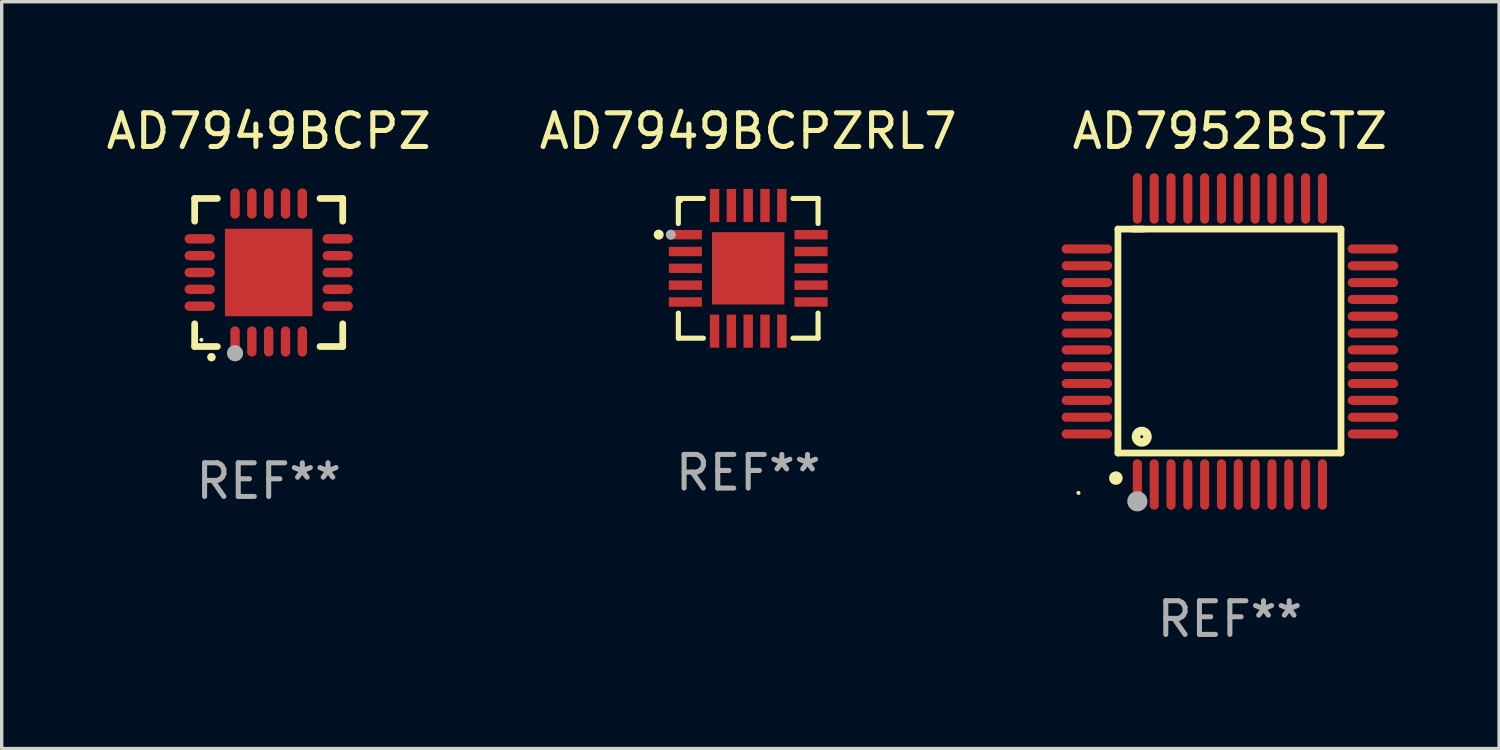
<source format=kicad_pcb>
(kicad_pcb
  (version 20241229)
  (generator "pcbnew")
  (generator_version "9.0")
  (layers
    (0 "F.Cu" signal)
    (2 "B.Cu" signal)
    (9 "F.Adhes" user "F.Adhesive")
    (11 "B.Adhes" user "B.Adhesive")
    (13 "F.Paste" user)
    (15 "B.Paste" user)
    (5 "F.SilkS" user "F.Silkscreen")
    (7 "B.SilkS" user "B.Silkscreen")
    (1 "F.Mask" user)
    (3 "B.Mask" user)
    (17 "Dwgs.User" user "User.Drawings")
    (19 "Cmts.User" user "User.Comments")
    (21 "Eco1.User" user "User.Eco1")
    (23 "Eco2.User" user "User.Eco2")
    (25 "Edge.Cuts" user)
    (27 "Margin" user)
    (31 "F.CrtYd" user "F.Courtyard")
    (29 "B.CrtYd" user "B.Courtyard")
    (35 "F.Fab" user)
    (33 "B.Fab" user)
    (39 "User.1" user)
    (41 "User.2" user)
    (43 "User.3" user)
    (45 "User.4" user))
  (footprint "AD7952BSTZ"
    (layer "F.Cu")
    (at 33.5 7.098)
    (property "Reference" "AD7952BSTZ" (at 0 -6.25 0) (layer "F.SilkS") (effects (font (size 1 1) (thickness 0.15))))
    (attr through_hole)
    (fp_line (start -3.327 -3.34) (end -2.565 -3.34) (stroke (width 0.2) (type solid)) (layer "F.SilkS"))
    (fp_line (start -3.327 3.315) (end -3.327 -3.34) (stroke (width 0.2) (type solid)) (layer "F.SilkS"))
    (fp_line (start -2.896 -3.34) (end 3.302 -3.34) (stroke (width 0.2) (type solid)) (layer "F.SilkS"))
    (fp_line (start 3.302 -3.34) (end 3.302 3.315) (stroke (width 0.2) (type solid)) (layer "F.SilkS"))
    (fp_line (start 3.302 3.315) (end -3.327 3.315) (stroke (width 0.2) (type solid)) (layer "F.SilkS"))
    (fp_arc (start -3.389992 4.059995) (mid -3.388722 4.059991) (end -3.387452 4.059995) (stroke (width 0.4) (type solid)) (layer "F.SilkS"))
    (fp_circle (center -4.5 4.5) (end -4.47 4.5) (stroke (width 0.06) (type solid)) (fill no) (layer "F.SilkS"))
    (fp_circle (center -2.62 2.83) (end -2.45 2.83) (stroke (width 0.254) (type solid)) (fill no) (layer "F.SilkS"))
    (fp_circle (center -2.75 4.75) (end -2.6 4.75) (stroke (width 0.3) (type solid)) (fill no) (layer "F.Fab"))
    (fp_text user "REF**" (at 0 8.25 0) (layer "F.Fab") (effects (font (size 1 1) (thickness 0.15))))
    (pad "1" smd oval (at -2.75 4.25) (size 0.27 1.5) (layers "F.Cu" "F.Mask" "F.Paste"))
    (pad "2" smd oval (at -2.25 4.25) (size 0.27 1.5) (layers "F.Cu" "F.Mask" "F.Paste"))
    (pad "3" smd oval (at -1.75 4.25) (size 0.27 1.5) (layers "F.Cu" "F.Mask" "F.Paste"))
    (pad "4" smd oval (at -1.25 4.25) (size 0.27 1.5) (layers "F.Cu" "F.Mask" "F.Paste"))
    (pad "5" smd oval (at -0.75 4.25) (size 0.27 1.5) (layers "F.Cu" "F.Mask" "F.Paste"))
    (pad "6" smd oval (at -0.25 4.25) (size 0.27 1.5) (layers "F.Cu" "F.Mask" "F.Paste"))
    (pad "7" smd oval (at 0.25 4.25) (size 0.27 1.5) (layers "F.Cu" "F.Mask" "F.Paste"))
    (pad "8" smd oval (at 0.75 4.25) (size 0.27 1.5) (layers "F.Cu" "F.Mask" "F.Paste"))
    (pad "9" smd oval (at 1.25 4.25) (size 0.27 1.5) (layers "F.Cu" "F.Mask" "F.Paste"))
    (pad "10" smd oval (at 1.75 4.25) (size 0.27 1.5) (layers "F.Cu" "F.Mask" "F.Paste"))
    (pad "11" smd oval (at 2.25 4.25) (size 0.27 1.5) (layers "F.Cu" "F.Mask" "F.Paste"))
    (pad "12" smd oval (at 2.75 4.25) (size 0.27 1.5) (layers "F.Cu" "F.Mask" "F.Paste"))
    (pad "13" smd oval (at 4.25 2.75) (size 1.5 0.27) (layers "F.Cu" "F.Mask" "F.Paste"))
    (pad "14" smd oval (at 4.25 2.25) (size 1.5 0.27) (layers "F.Cu" "F.Mask" "F.Paste"))
    (pad "15" smd oval (at 4.25 1.75) (size 1.5 0.27) (layers "F.Cu" "F.Mask" "F.Paste"))
    (pad "16" smd oval (at 4.25 1.25) (size 1.5 0.27) (layers "F.Cu" "F.Mask" "F.Paste"))
    (pad "17" smd oval (at 4.25 0.75) (size 1.5 0.27) (layers "F.Cu" "F.Mask" "F.Paste"))
    (pad "18" smd oval (at 4.25 0.25) (size 1.5 0.27) (layers "F.Cu" "F.Mask" "F.Paste"))
    (pad "19" smd oval (at 4.25 -0.25) (size 1.5 0.27) (layers "F.Cu" "F.Mask" "F.Paste"))
    (pad "20" smd oval (at 4.25 -0.75) (size 1.5 0.27) (layers "F.Cu" "F.Mask" "F.Paste"))
    (pad "21" smd oval (at 4.25 -1.25) (size 1.5 0.27) (layers "F.Cu" "F.Mask" "F.Paste"))
    (pad "22" smd oval (at 4.25 -1.75) (size 1.5 0.27) (layers "F.Cu" "F.Mask" "F.Paste"))
    (pad "23" smd oval (at 4.25 -2.25) (size 1.5 0.27) (layers "F.Cu" "F.Mask" "F.Paste"))
    (pad "24" smd oval (at 4.25 -2.75) (size 1.5 0.27) (layers "F.Cu" "F.Mask" "F.Paste"))
    (pad "25" smd oval (at 2.75 -4.25) (size 0.27 1.5) (layers "F.Cu" "F.Mask" "F.Paste"))
    (pad "26" smd oval (at 2.25 -4.25) (size 0.27 1.5) (layers "F.Cu" "F.Mask" "F.Paste"))
    (pad "27" smd oval (at 1.75 -4.25) (size 0.27 1.5) (layers "F.Cu" "F.Mask" "F.Paste"))
    (pad "28" smd oval (at 1.25 -4.25) (size 0.27 1.5) (layers "F.Cu" "F.Mask" "F.Paste"))
    (pad "29" smd oval (at 0.75 -4.25) (size 0.27 1.5) (layers "F.Cu" "F.Mask" "F.Paste"))
    (pad "30" smd oval (at 0.25 -4.25) (size 0.27 1.5) (layers "F.Cu" "F.Mask" "F.Paste"))
    (pad "31" smd oval (at -0.25 -4.25) (size 0.27 1.5) (layers "F.Cu" "F.Mask" "F.Paste"))
    (pad "32" smd oval (at -0.75 -4.25) (size 0.27 1.5) (layers "F.Cu" "F.Mask" "F.Paste"))
    (pad "33" smd oval (at -1.25 -4.25) (size 0.27 1.5) (layers "F.Cu" "F.Mask" "F.Paste"))
    (pad "34" smd oval (at -1.75 -4.25) (size 0.27 1.5) (layers "F.Cu" "F.Mask" "F.Paste"))
    (pad "35" smd oval (at -2.25 -4.25) (size 0.27 1.5) (layers "F.Cu" "F.Mask" "F.Paste"))
    (pad "36" smd oval (at -2.75 -4.25) (size 0.27 1.5) (layers "F.Cu" "F.Mask" "F.Paste"))
    (pad "37" smd oval (at -4.25 -2.75) (size 1.5 0.27) (layers "F.Cu" "F.Mask" "F.Paste"))
    (pad "38" smd oval (at -4.25 -2.25) (size 1.5 0.27) (layers "F.Cu" "F.Mask" "F.Paste"))
    (pad "39" smd oval (at -4.25 -1.75) (size 1.5 0.27) (layers "F.Cu" "F.Mask" "F.Paste"))
    (pad "40" smd oval (at -4.25 -1.25) (size 1.5 0.27) (layers "F.Cu" "F.Mask" "F.Paste"))
    (pad "41" smd oval (at -4.25 -0.75) (size 1.5 0.27) (layers "F.Cu" "F.Mask" "F.Paste"))
    (pad "42" smd oval (at -4.25 -0.25) (size 1.5 0.27) (layers "F.Cu" "F.Mask" "F.Paste"))
    (pad "43" smd oval (at -4.25 0.25) (size 1.5 0.27) (layers "F.Cu" "F.Mask" "F.Paste"))
    (pad "44" smd oval (at -4.25 0.75) (size 1.5 0.27) (layers "F.Cu" "F.Mask" "F.Paste"))
    (pad "45" smd oval (at -4.25 1.25) (size 1.5 0.27) (layers "F.Cu" "F.Mask" "F.Paste"))
    (pad "46" smd oval (at -4.25 1.75) (size 1.5 0.27) (layers "F.Cu" "F.Mask" "F.Paste"))
    (pad "47" smd oval (at -4.25 2.25) (size 1.5 0.27) (layers "F.Cu" "F.Mask" "F.Paste"))
    (pad "48" smd oval (at -4.25 2.75) (size 1.5 0.27) (layers "F.Cu" "F.Mask" "F.Paste")))
  (footprint "AD7949BCPZ"
    (layer "F.Cu")
    (at 4.935 5.048)
    (property "Reference" "AD7949BCPZ" (at 0 -4.2 0) (layer "F.SilkS") (effects (font (size 1 1) (thickness 0.15))))
    (attr through_hole)
    (fp_line (start -2.2 -2.2) (end -1.525 -2.2) (stroke (width 0.2) (type solid)) (layer "F.SilkS"))
    (fp_line (start -2.2 -1.525) (end -2.2 -2.2) (stroke (width 0.2) (type solid)) (layer "F.SilkS"))
    (fp_line (start -2.2 2.2) (end -2.2 1.525) (stroke (width 0.2) (type solid)) (layer "F.SilkS"))
    (fp_line (start -1.525 2.2) (end -2.2 2.2) (stroke (width 0.2) (type solid)) (layer "F.SilkS"))
    (fp_line (start 1.525 2.2) (end 2.2 2.2) (stroke (width 0.2) (type solid)) (layer "F.SilkS"))
    (fp_line (start 2.2 -2.2) (end 1.525 -2.2) (stroke (width 0.2) (type solid)) (layer "F.SilkS"))
    (fp_line (start 2.2 -1.525) (end 2.2 -2.2) (stroke (width 0.2) (type solid)) (layer "F.SilkS"))
    (fp_line (start 2.2 2.2) (end 2.2 1.525) (stroke (width 0.2) (type solid)) (layer "F.SilkS"))
    (fp_arc (start -1.703073 2.516612) (mid -1.701803 2.516606) (end -1.700533 2.516612) (stroke (width 0.25) (type solid)) (layer "F.SilkS"))
    (fp_circle (center -2 2) (end -1.97 2) (stroke (width 0.06) (type solid)) (fill no) (layer "F.SilkS"))
    (fp_circle (center -1 2.4) (end -0.88 2.4) (stroke (width 0.24) (type solid)) (fill no) (layer "F.Fab"))
    (fp_text user "REF**" (at 0 6.2 0) (layer "F.Fab") (effects (font (size 1 1) (thickness 0.15))))
    (pad "1" smd oval (at -1 2.05) (size 0.28 0.9) (layers "F.Cu" "F.Mask" "F.Paste"))
    (pad "2" smd oval (at -0.5 2.05) (size 0.28 0.9) (layers "F.Cu" "F.Mask" "F.Paste"))
    (pad "3" smd oval (at 0.000076 2.05) (size 0.28 0.9) (layers "F.Cu" "F.Mask" "F.Paste"))
    (pad "4" smd oval (at 0.5 2.05) (size 0.28 0.9) (layers "F.Cu" "F.Mask" "F.Paste"))
    (pad "5" smd oval (at 1 2.05) (size 0.28 0.9) (layers "F.Cu" "F.Mask" "F.Paste"))
    (pad "6" smd oval (at 2.05 1) (size 0.9 0.28) (layers "F.Cu" "F.Mask" "F.Paste"))
    (pad "7" smd oval (at 2.05 0.5) (size 0.9 0.28) (layers "F.Cu" "F.Mask" "F.Paste"))
    (pad "8" smd oval (at 2.05 0.000076) (size 0.9 0.28) (layers "F.Cu" "F.Mask" "F.Paste"))
    (pad "9" smd oval (at 2.05 -0.5) (size 0.9 0.28) (layers "F.Cu" "F.Mask" "F.Paste"))
    (pad "10" smd oval (at 2.05 -1) (size 0.9 0.28) (layers "F.Cu" "F.Mask" "F.Paste"))
    (pad "11" smd oval (at 1 -2.05) (size 0.28 0.9) (layers "F.Cu" "F.Mask" "F.Paste"))
    (pad "12" smd oval (at 0.5 -2.05) (size 0.28 0.9) (layers "F.Cu" "F.Mask" "F.Paste"))
    (pad "13" smd oval (at 0.000076 -2.05) (size 0.28 0.9) (layers "F.Cu" "F.Mask" "F.Paste"))
    (pad "14" smd oval (at -0.5 -2.05) (size 0.28 0.9) (layers "F.Cu" "F.Mask" "F.Paste"))
    (pad "15" smd oval (at -1 -2.05) (size 0.28 0.9) (layers "F.Cu" "F.Mask" "F.Paste"))
    (pad "16" smd oval (at -2.05 -1) (size 0.9 0.28) (layers "F.Cu" "F.Mask" "F.Paste"))
    (pad "17" smd oval (at -2.05 -0.5) (size 0.9 0.28) (layers "F.Cu" "F.Mask" "F.Paste"))
    (pad "18" smd oval (at -2.05 0.000076) (size 0.9 0.28) (layers "F.Cu" "F.Mask" "F.Paste"))
    (pad "19" smd oval (at -2.05 0.5) (size 0.9 0.28) (layers "F.Cu" "F.Mask" "F.Paste"))
    (pad "20" smd oval (at -2.05 1) (size 0.9 0.28) (layers "F.Cu" "F.Mask" "F.Paste"))
    (pad "21" smd rect (at 0.000076 0.000076) (size 2.6 2.6) (layers "F.Cu" "F.Mask" "F.Paste")))
  (footprint "AD7949BCPZRL7"
    (layer "F.Cu")
    (at 19.185 4.924)
    (property "Reference" "AD7949BCPZRL7" (at 0 -4.076 0) (layer "F.SilkS") (effects (font (size 1 1) (thickness 0.15))))
    (attr through_hole)
    (fp_line (start -2.076 -2.076) (end -2.076 -1.331) (stroke (width 0.152) (type solid)) (layer "F.SilkS"))
    (fp_line (start -2.076 2.076) (end -2.076 1.331) (stroke (width 0.152) (type solid)) (layer "F.SilkS"))
    (fp_line (start -1.331 -2.076) (end -2.076 -2.076) (stroke (width 0.152) (type solid)) (layer "F.SilkS"))
    (fp_line (start -1.331 2.076) (end -2.076 2.076) (stroke (width 0.152) (type solid)) (layer "F.SilkS"))
    (fp_line (start 1.331 -2.076) (end 2.076 -2.076) (stroke (width 0.152) (type solid)) (layer "F.SilkS"))
    (fp_line (start 1.331 2.076) (end 2.076 2.076) (stroke (width 0.152) (type solid)) (layer "F.SilkS"))
    (fp_line (start 2.076 -2.076) (end 2.076 -1.331) (stroke (width 0.152) (type solid)) (layer "F.SilkS"))
    (fp_line (start 2.076 2.076) (end 2.076 1.331) (stroke (width 0.152) (type solid)) (layer "F.SilkS"))
    (fp_circle (center -2.66 -1) (end -2.585 -1) (stroke (width 0.15) (type solid)) (fill no) (layer "F.SilkS"))
    (fp_circle (center -2 -2) (end -1.97 -2) (stroke (width 0.06) (type solid)) (fill no) (layer "F.SilkS"))
    (fp_circle (center -2.3 -1) (end -2.225 -1) (stroke (width 0.15) (type solid)) (fill no) (layer "F.Fab"))
    (fp_text user "REF**" (at 0 6.076 0) (layer "F.Fab") (effects (font (size 1 1) (thickness 0.15))))
    (pad "1" smd rect (at -1.867 -1) (size 0.985 0.28) (layers "F.Cu" "F.Mask" "F.Paste"))
    (pad "2" smd rect (at -1.867 -0.5) (size 0.985 0.28) (layers "F.Cu" "F.Mask" "F.Paste"))
    (pad "3" smd rect (at -1.867 0) (size 0.985 0.28) (layers "F.Cu" "F.Mask" "F.Paste"))
    (pad "4" smd rect (at -1.867 0.5) (size 0.985 0.28) (layers "F.Cu" "F.Mask" "F.Paste"))
    (pad "5" smd rect (at -1.867 1) (size 0.985 0.28) (layers "F.Cu" "F.Mask" "F.Paste"))
    (pad "6" smd rect (at -1 1.867) (size 0.28 0.985) (layers "F.Cu" "F.Mask" "F.Paste"))
    (pad "7" smd rect (at -0.5 1.867) (size 0.28 0.985) (layers "F.Cu" "F.Mask" "F.Paste"))
    (pad "8" smd rect (at 0 1.867) (size 0.28 0.985) (layers "F.Cu" "F.Mask" "F.Paste"))
    (pad "9" smd rect (at 0.5 1.867) (size 0.28 0.985) (layers "F.Cu" "F.Mask" "F.Paste"))
    (pad "10" smd rect (at 1 1.867) (size 0.28 0.985) (layers "F.Cu" "F.Mask" "F.Paste"))
    (pad "11" smd rect (at 1.867 1) (size 0.985 0.28) (layers "F.Cu" "F.Mask" "F.Paste"))
    (pad "12" smd rect (at 1.867 0.5) (size 0.985 0.28) (layers "F.Cu" "F.Mask" "F.Paste"))
    (pad "13" smd rect (at 1.867 0) (size 0.985 0.28) (layers "F.Cu" "F.Mask" "F.Paste"))
    (pad "14" smd rect (at 1.867 -0.5) (size 0.985 0.28) (layers "F.Cu" "F.Mask" "F.Paste"))
    (pad "15" smd rect (at 1.867 -1) (size 0.985 0.28) (layers "F.Cu" "F.Mask" "F.Paste"))
    (pad "16" smd rect (at 1 -1.867) (size 0.28 0.985) (layers "F.Cu" "F.Mask" "F.Paste"))
    (pad "17" smd rect (at 0.5 -1.867) (size 0.28 0.985) (layers "F.Cu" "F.Mask" "F.Paste"))
    (pad "18" smd rect (at 0 -1.867) (size 0.28 0.985) (layers "F.Cu" "F.Mask" "F.Paste"))
    (pad "19" smd rect (at -0.5 -1.867) (size 0.28 0.985) (layers "F.Cu" "F.Mask" "F.Paste"))
    (pad "20" smd rect (at -1 -1.867) (size 0.28 0.985) (layers "F.Cu" "F.Mask" "F.Paste"))
    (pad "21" smd rect (at 0 0) (size 2.15 2.15) (layers "F.Cu" "F.Mask" "F.Paste")))
  (gr_rect
    (start -3 -3)
    (end 41.5 19.196)
    (stroke (width 0.1) (type default))
    (fill no)
    (layer "Edge.Cuts")))
</source>
